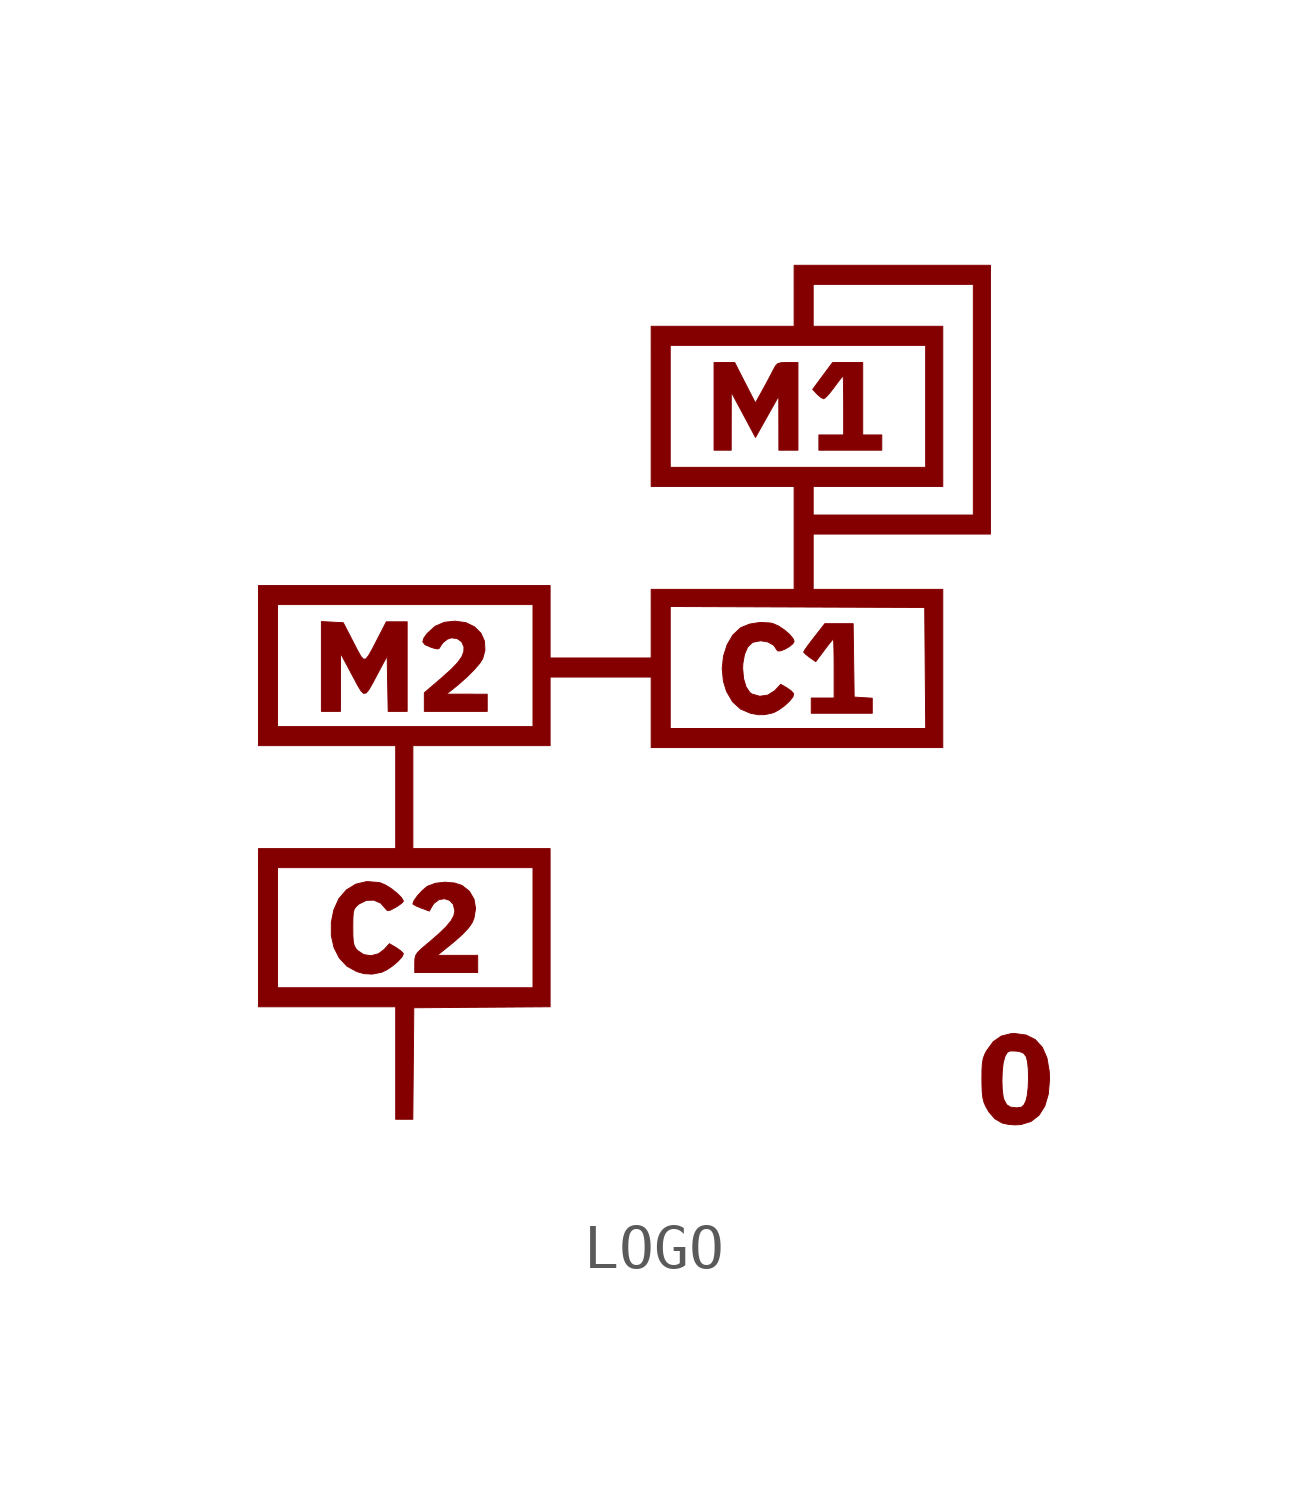
<source format=kicad_sym>
(kicad_symbol_lib
  (version 20210619)
  (generator bitmap2component)
  (symbol "LOGO"
    (pin_names
      (offset 1.016))
    (property "Reference" "#G"
      (at 0 8.906 0)
      (effects (font (size 1.27 1.27)) hide))
    (symbol "LOGO_0_0"
      (polyline (pts (xy 8.183 -9.573) (xy 8.408 -9.504) (xy 8.585 -9.367) (xy 8.714 -9.163) (xy 8.793 -8.894) (xy 8.82 -8.563) (xy 8.814 -8.393) (xy 8.762 -8.091) (xy 8.659 -7.855) (xy 8.504 -7.685) (xy 8.299 -7.582) (xy 8.045 -7.548) (xy 7.963 -7.551) (xy 7.745 -7.606) (xy 7.568 -7.73) (xy 7.421 -7.931) (xy 7.379 -8.011) (xy 7.345 -8.103) (xy 7.326 -8.21) (xy 7.317 -8.357) (xy 7.315 -8.566) (xy 7.316 -8.601) (xy 7.761 -8.601) (xy 7.768 -8.393) (xy 7.788 -8.207) (xy 7.822 -8.074) (xy 7.84 -8.033) (xy 7.885 -7.961) (xy 7.949 -7.935) (xy 8.065 -7.938) (xy 8.15 -7.948) (xy 8.242 -7.984) (xy 8.299 -8.057) (xy 8.302 -8.063) (xy 8.331 -8.179) (xy 8.348 -8.35) (xy 8.352 -8.55) (xy 8.344 -8.752) (xy 8.324 -8.929) (xy 8.292 -9.055) (xy 8.252 -9.136) (xy 8.191 -9.189) (xy 8.091 -9.201) (xy 8.09 -9.201) (xy 7.95 -9.186) (xy 7.865 -9.131) (xy 7.805 -9.018) (xy 7.789 -8.963) (xy 7.768 -8.801) (xy 7.761 -8.601) (xy 7.316 -8.601) (xy 7.316 -8.655) (xy 7.322 -8.846) (xy 7.337 -8.982) (xy 7.364 -9.086) (xy 7.406 -9.18) (xy 7.475 -9.296) (xy 7.604 -9.444) (xy 7.761 -9.536) (xy 7.782 -9.543) (xy 7.906 -9.569) (xy 8.047 -9.581) (xy 8.183 -9.573)) (stroke (width 0.01)) (fill (type outline)))
      (polyline (pts (xy -5.333 -8.216) (xy -5.322 -6.975) (xy -3.806 -6.964) (xy -2.29 -6.953) (xy -2.29 -3.435) (xy -5.343 -3.435) (xy -5.343 -1.145) (xy -2.29 -1.145) (xy -2.29 0.382) (xy -0.042 0.382) (xy -0.042 -1.187) (xy 6.445 -1.187) (xy 6.445 2.332) (xy 3.562 2.332) (xy 3.562 3.562) (xy 7.505 3.562) (xy 7.505 9.541) (xy 3.138 9.541) (xy 3.138 9.117) (xy 3.562 9.117) (xy 7.124 9.117) (xy 7.124 3.986) (xy 3.562 3.986) (xy 3.562 4.622) (xy 6.445 4.622) (xy 6.445 8.184) (xy 3.562 8.184) (xy 3.562 9.117) (xy 3.138 9.117) (xy 3.138 8.184) (xy -0.042 8.184) (xy -0.042 7.76) (xy 0.382 7.76) (xy 6.064 7.76) (xy 6.064 5.046) (xy 0.382 5.046) (xy 0.382 7.76) (xy -0.042 7.76) (xy -0.042 4.622) (xy 3.138 4.622) (xy 3.138 2.332) (xy -0.042 2.332) (xy -0.042 1.951) (xy 0.382 1.951) (xy 6.043 1.929) (xy 6.054 0.583) (xy 6.065 -0.763) (xy 0.382 -0.763) (xy 0.382 1.951) (xy -0.042 1.951) (xy -0.042 0.806) (xy -2.29 0.806) (xy -2.29 2.417) (xy -8.778 2.417) (xy -8.778 1.993) (xy -8.354 1.993) (xy -2.671 1.993) (xy -2.671 -0.721) (xy -8.354 -0.721) (xy -8.354 1.993) (xy -8.778 1.993) (xy -8.778 -1.145) (xy -5.725 -1.145) (xy -5.725 -3.435) (xy -8.778 -3.435) (xy -8.778 -3.859) (xy -8.354 -3.859) (xy -2.671 -3.859) (xy -2.671 -6.53) (xy -8.354 -6.53) (xy -8.354 -3.859) (xy -8.778 -3.859) (xy -8.778 -6.954) (xy -5.725 -6.954) (xy -5.725 -9.456) (xy -5.344 -9.456) (xy -5.333 -8.216)) (stroke (width 0.01)) (fill (type outline)))
      (polyline (pts (xy -6.043 -6.186) (xy -6.029 -6.182) (xy -5.916 -6.126) (xy -5.79 -6.04) (xy -5.674 -5.941) (xy -5.588 -5.847) (xy -5.555 -5.776) (xy -5.56 -5.763) (xy -5.614 -5.707) (xy -5.71 -5.641) (xy -5.865 -5.55) (xy -5.983 -5.68) (xy -6.108 -5.774) (xy -6.272 -5.817) (xy -6.436 -5.793) (xy -6.576 -5.7) (xy -6.616 -5.653) (xy -6.649 -5.591) (xy -6.668 -5.507) (xy -6.677 -5.379) (xy -6.679 -5.187) (xy -6.679 -5.159) (xy -6.677 -4.98) (xy -6.669 -4.863) (xy -6.65 -4.787) (xy -6.615 -4.734) (xy -6.56 -4.682) (xy -6.54 -4.665) (xy -6.378 -4.586) (xy -6.212 -4.581) (xy -6.06 -4.646) (xy -5.944 -4.777) (xy -5.935 -4.792) (xy -5.9 -4.816) (xy -5.84 -4.801) (xy -5.731 -4.743) (xy -5.675 -4.709) (xy -5.589 -4.647) (xy -5.555 -4.606) (xy -5.556 -4.596) (xy -5.601 -4.521) (xy -5.696 -4.426) (xy -5.818 -4.329) (xy -5.946 -4.248) (xy -6.059 -4.199) (xy -6.103 -4.188) (xy -6.369 -4.168) (xy -6.611 -4.225) (xy -6.821 -4.354) (xy -6.988 -4.548) (xy -7.102 -4.801) (xy -7.157 -5.076) (xy -7.157 -5.37) (xy -7.096 -5.638) (xy -6.978 -5.869) (xy -6.808 -6.051) (xy -6.589 -6.171) (xy -6.427 -6.217) (xy -6.247 -6.226) (xy -6.043 -6.186)) (stroke (width 0.01)) (fill (type outline)))
      (polyline (pts (xy -3.901 -5.809) (xy -4.8 -5.809) (xy -4.457 -5.532) (xy -4.42 -5.502) (xy -4.245 -5.346) (xy -4.109 -5.202) (xy -4.028 -5.088) (xy -3.985 -4.987) (xy -3.948 -4.768) (xy -3.982 -4.563) (xy -4.084 -4.386) (xy -4.249 -4.255) (xy -4.416 -4.2) (xy -4.627 -4.182) (xy -4.837 -4.205) (xy -5.009 -4.268) (xy -5.042 -4.29) (xy -5.142 -4.377) (xy -5.24 -4.484) (xy -5.314 -4.587) (xy -5.343 -4.662) (xy -5.334 -4.673) (xy -5.269 -4.711) (xy -5.16 -4.756) (xy -4.978 -4.824) (xy -4.909 -4.703) (xy -4.874 -4.653) (xy -4.764 -4.57) (xy -4.641 -4.549) (xy -4.527 -4.585) (xy -4.443 -4.675) (xy -4.41 -4.814) (xy -4.41 -4.826) (xy -4.432 -4.93) (xy -4.495 -5.044) (xy -4.606 -5.177) (xy -4.773 -5.338) (xy -5.003 -5.537) (xy -5.025 -5.554) (xy -5.158 -5.667) (xy -5.239 -5.748) (xy -5.282 -5.816) (xy -5.298 -5.889) (xy -5.301 -5.987) (xy -5.301 -6.191) (xy -3.901 -6.191) (xy -3.901 -5.809)) (stroke (width 0.01)) (fill (type outline)))
      (polyline (pts (xy 2.488 -0.454) (xy 2.649 -0.419) (xy 2.689 -0.406) (xy 2.809 -0.341) (xy 2.932 -0.25) (xy 3.039 -0.15) (xy 3.111 -0.058) (xy 3.128 0.009) (xy 3.125 0.016) (xy 3.069 0.076) (xy 2.975 0.142) (xy 2.84 0.22) (xy 2.718 0.089) (xy 2.706 0.077) (xy 2.552 -0.02) (xy 2.374 -0.046) (xy 2.199 0.004) (xy 2.152 0.038) (xy 2.068 0.165) (xy 2.013 0.349) (xy 1.993 0.573) (xy 1.997 0.679) (xy 2.034 0.886) (xy 2.103 1.046) (xy 2.199 1.141) (xy 2.235 1.159) (xy 2.395 1.189) (xy 2.553 1.163) (xy 2.685 1.089) (xy 2.764 0.973) (xy 2.775 0.962) (xy 2.838 0.965) (xy 2.931 1.001) (xy 3.029 1.057) (xy 3.106 1.119) (xy 3.138 1.173) (xy 3.114 1.236) (xy 3.034 1.332) (xy 2.918 1.432) (xy 2.788 1.518) (xy 2.666 1.571) (xy 2.601 1.585) (xy 2.376 1.596) (xy 2.149 1.56) (xy 1.958 1.483) (xy 1.94 1.471) (xy 1.774 1.315) (xy 1.648 1.1) (xy 1.567 0.846) (xy 1.538 0.569) (xy 1.565 0.289) (xy 1.635 0.062) (xy 1.768 -0.166) (xy 1.947 -0.33) (xy 2.168 -0.424) (xy 2.176 -0.426) (xy 2.346 -0.456) (xy 2.488 -0.454)) (stroke (width 0.01)) (fill (type outline)))
      (polyline (pts (xy 4.876 -0.089) (xy 4.474 -0.064) (xy 4.451 1.569) (xy 3.821 1.569) (xy 3.586 1.268) (xy 3.535 1.202) (xy 3.44 1.076) (xy 3.375 0.983) (xy 3.351 0.939) (xy 3.353 0.933) (xy 3.399 0.885) (xy 3.485 0.818) (xy 3.619 0.725) (xy 3.807 0.977) (xy 3.822 0.997) (xy 3.912 1.115) (xy 3.98 1.198) (xy 4.011 1.23) (xy 4.015 1.216) (xy 4.02 1.134) (xy 4.024 0.99) (xy 4.027 0.798) (xy 4.028 0.573) (xy 4.028 -0.085) (xy 3.519 -0.085) (xy 3.519 -0.424) (xy 4.876 -0.424) (xy 4.876 -0.089)) (stroke (width 0.01)) (fill (type outline)))
      (polyline (pts (xy -6.954 0.265) (xy -6.953 0.912) (xy -6.693 0.427) (xy -6.675 0.393) (xy -6.573 0.201) (xy -6.498 0.076) (xy -6.439 0.018) (xy -6.382 0.028) (xy -6.317 0.107) (xy -6.232 0.257) (xy -6.115 0.478) (xy -5.915 0.851) (xy -5.904 0.234) (xy -5.892 -0.382) (xy -5.47 -0.382) (xy -5.47 1.611) (xy -5.933 1.611) (xy -6.126 1.237) (xy -6.135 1.219) (xy -6.246 1.004) (xy -6.327 0.86) (xy -6.388 0.785) (xy -6.441 0.779) (xy -6.497 0.838) (xy -6.567 0.962) (xy -6.663 1.148) (xy -6.891 1.59) (xy -7.378 1.616) (xy -7.378 -0.382) (xy -6.954 -0.382) (xy -6.954 0.265)) (stroke (width 0.01)) (fill (type outline)))
      (polyline (pts (xy -3.689 0) (xy -4.145 0.001) (xy -4.601 0.001) (xy -4.452 0.116) (xy -4.329 0.216) (xy -4.142 0.382) (xy -3.98 0.544) (xy -3.857 0.686) (xy -3.789 0.794) (xy -3.74 0.975) (xy -3.75 1.179) (xy -3.83 1.358) (xy -3.972 1.499) (xy -4.166 1.592) (xy -4.405 1.625) (xy -4.642 1.6) (xy -4.846 1.512) (xy -5.02 1.355) (xy -5.096 1.252) (xy -5.122 1.166) (xy -5.074 1.103) (xy -4.948 1.048) (xy -4.879 1.025) (xy -4.797 1.007) (xy -4.755 1.022) (xy -4.725 1.075) (xy -4.672 1.149) (xy -4.577 1.224) (xy -4.486 1.254) (xy -4.359 1.238) (xy -4.256 1.166) (xy -4.206 1.052) (xy -4.209 0.95) (xy -4.253 0.834) (xy -4.345 0.704) (xy -4.494 0.549) (xy -4.706 0.359) (xy -5.088 0.032) (xy -5.088 -0.382) (xy -3.689 -0.382) (xy -3.689 0)) (stroke (width 0.01)) (fill (type outline)))
      (polyline (pts (xy 1.739 6.074) (xy 1.74 6.721) (xy 2.01 6.217) (xy 2.279 5.713) (xy 2.538 6.175) (xy 2.797 6.636) (xy 2.798 6.032) (xy 2.799 5.428) (xy 3.223 5.428) (xy 3.223 7.378) (xy 2.986 7.378) (xy 2.853 7.375) (xy 2.775 7.355) (xy 2.723 7.301) (xy 2.667 7.198) (xy 2.607 7.081) (xy 2.518 6.915) (xy 2.427 6.748) (xy 2.277 6.478) (xy 2.046 6.928) (xy 1.816 7.378) (xy 1.357 7.378) (xy 1.357 5.428) (xy 1.738 5.428) (xy 1.739 6.074)) (stroke (width 0.01)) (fill (type outline)))
      (polyline (pts (xy 5.088 5.767) (xy 4.664 5.767) (xy 4.664 7.378) (xy 3.994 7.378) (xy 3.772 7.08) (xy 3.551 6.781) (xy 3.649 6.677) (xy 3.655 6.67) (xy 3.735 6.601) (xy 3.795 6.573) (xy 3.799 6.573) (xy 3.851 6.613) (xy 3.933 6.704) (xy 4.028 6.827) (xy 4.043 6.847) (xy 4.131 6.966) (xy 4.197 7.05) (xy 4.226 7.082) (xy 4.229 7.068) (xy 4.234 6.986) (xy 4.237 6.841) (xy 4.239 6.649) (xy 4.24 6.424) (xy 4.24 5.767) (xy 3.689 5.767) (xy 3.689 5.428) (xy 5.088 5.428) (xy 5.088 5.767)) (stroke (width 0.01)) (fill (type outline))))))
</source>
